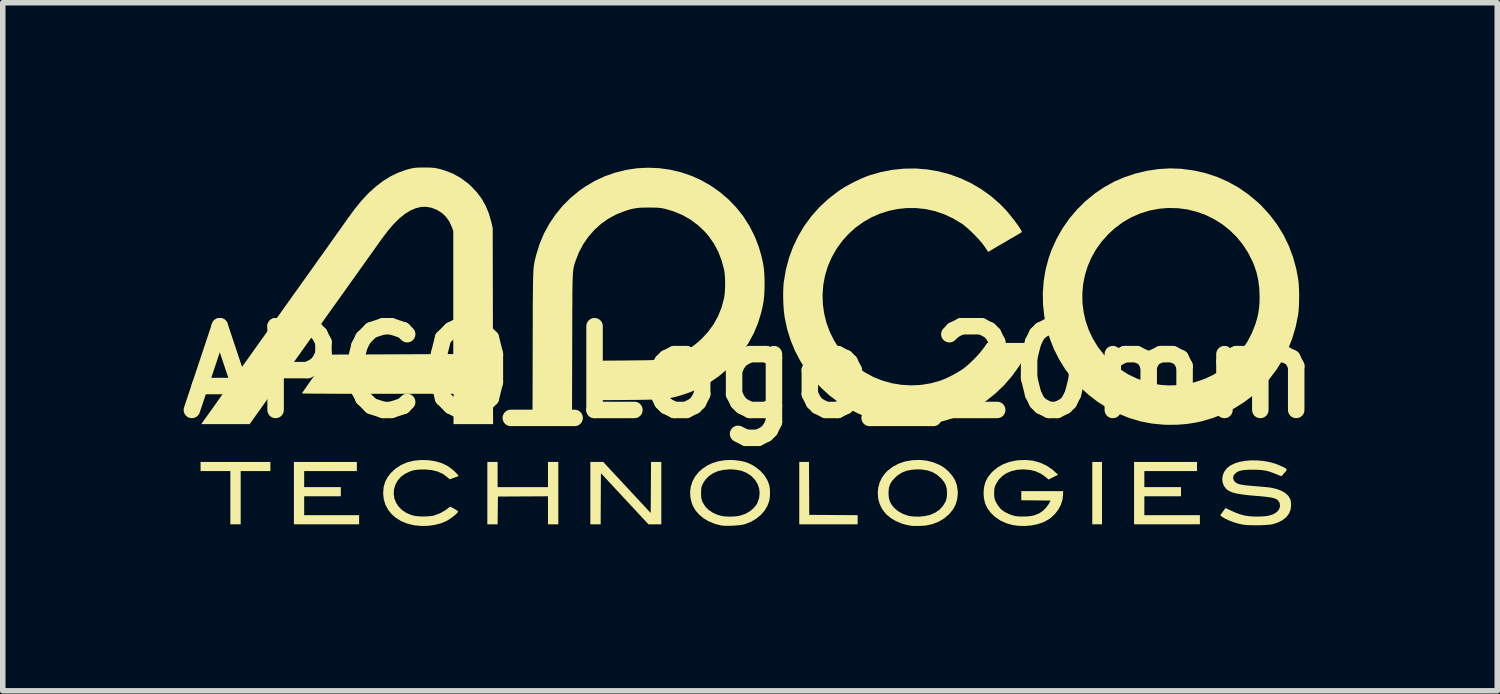
<source format=kicad_pcb>
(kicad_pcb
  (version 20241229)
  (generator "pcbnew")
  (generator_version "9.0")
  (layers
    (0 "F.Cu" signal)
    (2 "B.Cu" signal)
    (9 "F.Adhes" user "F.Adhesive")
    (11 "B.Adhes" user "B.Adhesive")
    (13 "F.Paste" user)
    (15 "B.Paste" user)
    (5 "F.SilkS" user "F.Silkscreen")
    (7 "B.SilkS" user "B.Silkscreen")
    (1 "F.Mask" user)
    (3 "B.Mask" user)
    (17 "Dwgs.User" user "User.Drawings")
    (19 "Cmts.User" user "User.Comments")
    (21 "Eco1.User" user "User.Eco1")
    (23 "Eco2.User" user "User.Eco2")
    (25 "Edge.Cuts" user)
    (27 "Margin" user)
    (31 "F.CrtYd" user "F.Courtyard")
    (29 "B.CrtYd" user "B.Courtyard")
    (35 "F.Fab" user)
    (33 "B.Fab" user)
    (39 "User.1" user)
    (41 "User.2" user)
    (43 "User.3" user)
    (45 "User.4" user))
  (footprint "APCO_Logo_20mm"
    (layer "F.Cu")
    (at 10.603 3.723)
    (property "Reference" "APCO_Logo_20mm" (at 0 0 0) (layer "F.SilkS") (effects (font (size 1.524 1.524) (thickness 0.3))))
    (attr board_only exclude_from_pos_files exclude_from_bom)
    (fp_poly (pts (xy 6.407 2.771) (xy 6.23 2.771) (xy 6.23 1.636) (xy 6.407 1.636)) (stroke (width 0) (type solid)) (fill yes) (layer "F.SilkS"))
    (fp_poly (pts (xy -8.731 1.802) (xy -9.272 1.802) (xy -9.272 2.771) (xy -9.46 2.771) (xy -9.46 1.802) (xy -10.002 1.802) (xy -10.002 1.636) (xy -8.731 1.636)) (stroke (width 0) (type solid)) (fill yes) (layer "F.SilkS"))
    (fp_poly (pts (xy 1.076 2.118) (xy 1.078 2.599) (xy 1.518 2.602) (xy 1.959 2.605) (xy 1.959 2.771) (xy 0.896 2.771) (xy 0.896 1.636) (xy 1.073 1.636)) (stroke (width 0) (type solid)) (fill yes) (layer "F.SilkS"))
    (fp_poly (pts (xy -7.157 1.802) (xy -8.116 1.802) (xy -8.116 2.094) (xy -7.449 2.094) (xy -7.449 2.261) (xy -8.116 2.261) (xy -8.116 2.605) (xy -7.116 2.605) (xy -7.116 2.771) (xy -8.303 2.771) (xy -8.303 1.636) (xy -7.157 1.636)) (stroke (width 0) (type solid)) (fill yes) (layer "F.SilkS"))
    (fp_poly (pts (xy 8.137 1.802) (xy 7.178 1.802) (xy 7.178 2.094) (xy 7.845 2.094) (xy 7.845 2.261) (xy 7.178 2.261) (xy 7.178 2.605) (xy 8.189 2.605) (xy 8.189 2.771) (xy 6.991 2.771) (xy 6.991 1.636) (xy 8.137 1.636)) (stroke (width 0) (type solid)) (fill yes) (layer "F.SilkS"))
    (fp_poly (pts (xy -4.595 2.094) (xy -3.678 2.094) (xy -3.678 1.636) (xy -3.49 1.636) (xy -3.49 2.771) (xy -3.678 2.771) (xy -3.678 2.261) (xy -4.589 2.266) (xy -4.592 2.519) (xy -4.595 2.771) (xy -4.782 2.771) (xy -4.782 1.636) (xy -4.595 1.636)) (stroke (width 0) (type solid)) (fill yes) (layer "F.SilkS"))
    (fp_poly (pts (xy -2.24 2.101) (xy -1.808 2.565) (xy -1.802 1.636) (xy -1.615 1.636) (xy -1.615 2.771) (xy -1.849 2.771) (xy -2.282 2.306) (xy -2.714 1.841) (xy -2.717 2.306) (xy -2.719 2.771) (xy -2.907 2.771) (xy -2.907 1.636) (xy -2.672 1.636)) (stroke (width 0) (type solid)) (fill yes) (layer "F.SilkS"))
    (fp_poly (pts (xy -5.847 1.605) (xy -5.724 1.624) (xy -5.614 1.657) (xy -5.516 1.703) (xy -5.426 1.766) (xy -5.377 1.809) (xy -5.338 1.849) (xy -5.315 1.876) (xy -5.308 1.891) (xy -5.31 1.893) (xy -5.325 1.901) (xy -5.354 1.912) (xy -5.391 1.925) (xy -5.395 1.927) (xy -5.467 1.952) (xy -5.517 1.908) (xy -5.598 1.85) (xy -5.692 1.809) (xy -5.799 1.783) (xy -5.92 1.773) (xy -5.984 1.774) (xy -6.047 1.777) (xy -6.096 1.783) (xy -6.137 1.791) (xy -6.176 1.803) (xy -6.182 1.806) (xy -6.276 1.849) (xy -6.354 1.905) (xy -6.413 1.972) (xy -6.456 2.05) (xy -6.48 2.133) (xy -6.486 2.221) (xy -6.473 2.305) (xy -6.441 2.383) (xy -6.393 2.453) (xy -6.33 2.515) (xy -6.253 2.565) (xy -6.163 2.602) (xy -6.11 2.616) (xy -6.054 2.624) (xy -5.985 2.628) (xy -5.912 2.628) (xy -5.841 2.624) (xy -5.779 2.617) (xy -5.752 2.611) (xy -5.647 2.572) (xy -5.549 2.517) (xy -5.513 2.491) (xy -5.459 2.448) (xy -5.387 2.487) (xy -5.352 2.507) (xy -5.327 2.524) (xy -5.314 2.536) (xy -5.314 2.537) (xy -5.322 2.554) (xy -5.344 2.579) (xy -5.378 2.609) (xy -5.418 2.641) (xy -5.463 2.672) (xy -5.507 2.7) (xy -5.537 2.717) (xy -5.635 2.756) (xy -5.746 2.783) (xy -5.864 2.799) (xy -5.985 2.801) (xy -6.104 2.79) (xy -6.128 2.786) (xy -6.246 2.756) (xy -6.352 2.712) (xy -6.446 2.654) (xy -6.525 2.585) (xy -6.589 2.505) (xy -6.637 2.415) (xy -6.667 2.317) (xy -6.678 2.212) (xy -6.678 2.204) (xy -6.67 2.098) (xy -6.644 2.003) (xy -6.6 1.917) (xy -6.538 1.836) (xy -6.536 1.834) (xy -6.447 1.753) (xy -6.346 1.688) (xy -6.234 1.641) (xy -6.113 1.612) (xy -5.981 1.6)) (stroke (width 0) (type solid)) (fill yes) (layer "F.SilkS"))
    (fp_poly (pts (xy 5.155 1.614) (xy 5.278 1.648) (xy 5.392 1.7) (xy 5.497 1.77) (xy 5.54 1.807) (xy 5.607 1.869) (xy 5.52 1.912) (xy 5.434 1.956) (xy 5.382 1.911) (xy 5.297 1.851) (xy 5.201 1.807) (xy 5.093 1.781) (xy 4.976 1.771) (xy 4.974 1.771) (xy 4.861 1.779) (xy 4.759 1.803) (xy 4.668 1.841) (xy 4.59 1.894) (xy 4.526 1.96) (xy 4.477 2.039) (xy 4.477 2.039) (xy 4.461 2.077) (xy 4.451 2.108) (xy 4.446 2.141) (xy 4.444 2.184) (xy 4.444 2.203) (xy 4.445 2.254) (xy 4.449 2.291) (xy 4.458 2.322) (xy 4.472 2.357) (xy 4.472 2.358) (xy 4.515 2.433) (xy 4.567 2.495) (xy 4.633 2.544) (xy 4.715 2.585) (xy 4.757 2.601) (xy 4.796 2.613) (xy 4.83 2.621) (xy 4.866 2.626) (xy 4.911 2.629) (xy 4.97 2.629) (xy 5.054 2.627) (xy 5.124 2.619) (xy 5.185 2.604) (xy 5.243 2.581) (xy 5.273 2.566) (xy 5.327 2.529) (xy 5.38 2.478) (xy 5.425 2.421) (xy 5.443 2.391) (xy 5.471 2.339) (xy 5.205 2.336) (xy 4.938 2.333) (xy 4.938 2.167) (xy 5.699 2.167) (xy 5.699 2.222) (xy 5.689 2.319) (xy 5.659 2.413) (xy 5.613 2.502) (xy 5.55 2.584) (xy 5.473 2.655) (xy 5.429 2.686) (xy 5.339 2.734) (xy 5.235 2.769) (xy 5.122 2.792) (xy 5.002 2.802) (xy 4.88 2.798) (xy 4.789 2.786) (xy 4.671 2.754) (xy 4.561 2.705) (xy 4.463 2.639) (xy 4.383 2.563) (xy 4.323 2.483) (xy 4.281 2.396) (xy 4.258 2.301) (xy 4.251 2.203) (xy 4.259 2.098) (xy 4.284 2.003) (xy 4.328 1.916) (xy 4.391 1.836) (xy 4.422 1.805) (xy 4.511 1.732) (xy 4.609 1.677) (xy 4.719 1.636) (xy 4.841 1.61) (xy 4.887 1.605) (xy 5.025 1.6)) (stroke (width 0) (type solid)) (fill yes) (layer "F.SilkS"))
    (fp_poly (pts (xy -0.264 1.605) (xy -0.174 1.617) (xy -0.097 1.634) (xy -0.029 1.658) (xy 0.039 1.691) (xy 0.094 1.725) (xy 0.184 1.794) (xy 0.258 1.874) (xy 0.314 1.965) (xy 0.348 2.052) (xy 0.359 2.107) (xy 0.364 2.173) (xy 0.363 2.244) (xy 0.356 2.311) (xy 0.349 2.349) (xy 0.314 2.44) (xy 0.262 2.526) (xy 0.194 2.603) (xy 0.111 2.67) (xy 0.018 2.725) (xy -0.085 2.766) (xy -0.125 2.777) (xy -0.167 2.784) (xy -0.223 2.79) (xy -0.288 2.795) (xy -0.356 2.798) (xy -0.42 2.799) (xy -0.477 2.797) (xy -0.519 2.793) (xy -0.523 2.793) (xy -0.64 2.763) (xy -0.748 2.719) (xy -0.844 2.663) (xy -0.926 2.595) (xy -0.993 2.518) (xy -1.043 2.431) (xy -1.061 2.383) (xy -1.086 2.278) (xy -1.089 2.203) (xy -0.891 2.203) (xy -0.89 2.254) (xy -0.887 2.291) (xy -0.881 2.321) (xy -0.87 2.351) (xy -0.861 2.372) (xy -0.816 2.445) (xy -0.755 2.508) (xy -0.679 2.559) (xy -0.591 2.599) (xy -0.508 2.621) (xy -0.446 2.629) (xy -0.373 2.631) (xy -0.297 2.629) (xy -0.226 2.622) (xy -0.168 2.61) (xy -0.082 2.579) (xy -0.004 2.535) (xy 0.062 2.48) (xy 0.114 2.418) (xy 0.135 2.381) (xy 0.165 2.294) (xy 0.175 2.206) (xy 0.166 2.12) (xy 0.138 2.038) (xy 0.092 1.963) (xy 0.029 1.897) (xy 0.009 1.881) (xy -0.067 1.833) (xy -0.149 1.799) (xy -0.242 1.779) (xy -0.347 1.771) (xy -0.369 1.771) (xy -0.481 1.78) (xy -0.583 1.803) (xy -0.673 1.842) (xy -0.751 1.895) (xy -0.814 1.961) (xy -0.857 2.03) (xy -0.873 2.064) (xy -0.883 2.092) (xy -0.888 2.121) (xy -0.89 2.157) (xy -0.891 2.203) (xy -1.089 2.203) (xy -1.091 2.177) (xy -1.077 2.08) (xy -1.047 1.988) (xy -1.001 1.903) (xy -0.94 1.826) (xy -0.866 1.759) (xy -0.779 1.701) (xy -0.682 1.655) (xy -0.574 1.623) (xy -0.459 1.604) (xy -0.336 1.6)) (stroke (width 0) (type solid)) (fill yes) (layer "F.SilkS"))
    (fp_poly (pts (xy 3.211 1.611) (xy 3.334 1.642) (xy 3.437 1.684) (xy 3.49 1.712) (xy 3.534 1.74) (xy 3.575 1.774) (xy 3.615 1.811) (xy 3.684 1.89) (xy 3.734 1.972) (xy 3.765 2.06) (xy 3.78 2.157) (xy 3.782 2.207) (xy 3.772 2.312) (xy 3.744 2.409) (xy 3.696 2.499) (xy 3.629 2.582) (xy 3.621 2.59) (xy 3.531 2.666) (xy 3.431 2.725) (xy 3.318 2.768) (xy 3.209 2.792) (xy 3.17 2.796) (xy 3.12 2.799) (xy 3.064 2.801) (xy 3.01 2.801) (xy 2.962 2.8) (xy 2.928 2.797) (xy 2.922 2.796) (xy 2.901 2.792) (xy 2.867 2.785) (xy 2.844 2.781) (xy 2.748 2.753) (xy 2.653 2.711) (xy 2.564 2.658) (xy 2.488 2.596) (xy 2.463 2.57) (xy 2.402 2.488) (xy 2.359 2.398) (xy 2.333 2.303) (xy 2.325 2.205) (xy 2.325 2.203) (xy 2.521 2.203) (xy 2.526 2.282) (xy 2.543 2.349) (xy 2.573 2.408) (xy 2.62 2.467) (xy 2.622 2.469) (xy 2.693 2.531) (xy 2.777 2.579) (xy 2.872 2.613) (xy 2.908 2.621) (xy 2.993 2.631) (xy 3.086 2.631) (xy 3.178 2.622) (xy 3.261 2.604) (xy 3.279 2.599) (xy 3.371 2.559) (xy 3.449 2.505) (xy 3.511 2.439) (xy 3.557 2.362) (xy 3.569 2.334) (xy 3.579 2.292) (xy 3.585 2.238) (xy 3.586 2.203) (xy 3.581 2.126) (xy 3.564 2.06) (xy 3.533 2.001) (xy 3.485 1.942) (xy 3.47 1.927) (xy 3.398 1.865) (xy 3.319 1.82) (xy 3.23 1.79) (xy 3.13 1.774) (xy 3.053 1.771) (xy 2.942 1.778) (xy 2.846 1.798) (xy 2.761 1.832) (xy 2.684 1.883) (xy 2.635 1.927) (xy 2.585 1.983) (xy 2.551 2.038) (xy 2.531 2.097) (xy 2.522 2.167) (xy 2.521 2.203) (xy 2.325 2.203) (xy 2.333 2.107) (xy 2.359 2.011) (xy 2.401 1.922) (xy 2.46 1.841) (xy 2.506 1.794) (xy 2.601 1.722) (xy 2.704 1.668) (xy 2.816 1.629) (xy 2.942 1.606) (xy 2.951 1.605) (xy 3.085 1.599)) (stroke (width 0) (type solid)) (fill yes) (layer "F.SilkS"))
    (fp_poly (pts (xy -5.86 -3.723) (xy -5.797 -3.721) (xy -5.742 -3.716) (xy -5.69 -3.707) (xy -5.635 -3.693) (xy -5.57 -3.674) (xy -5.558 -3.67) (xy -5.412 -3.614) (xy -5.275 -3.539) (xy -5.147 -3.445) (xy -5.077 -3.384) (xy -4.971 -3.271) (xy -4.883 -3.153) (xy -4.811 -3.025) (xy -4.754 -2.887) (xy -4.71 -2.734) (xy -4.707 -2.722) (xy -4.684 -2.62) (xy -4.677 0.948) (xy -5.397 0.948) (xy -5.397 0.396) (xy -6.777 0.396) (xy -6.945 0.396) (xy -7.107 0.396) (xy -7.262 0.395) (xy -7.408 0.395) (xy -7.545 0.395) (xy -7.672 0.394) (xy -7.786 0.393) (xy -7.888 0.393) (xy -7.975 0.392) (xy -8.046 0.391) (xy -8.101 0.39) (xy -8.138 0.389) (xy -8.156 0.388) (xy -8.157 0.388) (xy -8.151 0.378) (xy -8.134 0.353) (xy -8.108 0.315) (xy -8.073 0.265) (xy -8.032 0.205) (xy -7.984 0.138) (xy -7.932 0.065) (xy -7.909 0.031) (xy -7.661 -0.318) (xy -6.531 -0.323) (xy -5.402 -0.328) (xy -5.402 -2.568) (xy -5.429 -2.642) (xy -5.474 -2.741) (xy -5.533 -2.825) (xy -5.606 -2.894) (xy -5.695 -2.95) (xy -5.701 -2.953) (xy -5.796 -2.991) (xy -5.891 -3.008) (xy -5.987 -3.006) (xy -6.084 -2.983) (xy -6.183 -2.941) (xy -6.284 -2.878) (xy -6.386 -2.795) (xy -6.49 -2.691) (xy -6.596 -2.567) (xy -6.705 -2.423) (xy -6.71 -2.416) (xy -6.724 -2.396) (xy -6.749 -2.361) (xy -6.785 -2.31) (xy -6.831 -2.245) (xy -6.887 -2.167) (xy -6.952 -2.076) (xy -7.025 -1.973) (xy -7.106 -1.86) (xy -7.193 -1.737) (xy -7.288 -1.605) (xy -7.387 -1.465) (xy -7.492 -1.318) (xy -7.602 -1.165) (xy -7.715 -1.006) (xy -7.831 -0.843) (xy -7.948 -0.68) (xy -9.109 0.948) (xy -9.99 0.948) (xy -9.706 0.55) (xy -9.668 0.496) (xy -9.619 0.427) (xy -9.559 0.343) (xy -9.49 0.246) (xy -9.413 0.137) (xy -9.327 0.018) (xy -9.235 -0.112) (xy -9.137 -0.249) (xy -9.034 -0.394) (xy -8.927 -0.544) (xy -8.816 -0.699) (xy -8.703 -0.857) (xy -8.589 -1.018) (xy -8.474 -1.179) (xy -8.412 -1.266) (xy -8.301 -1.422) (xy -8.192 -1.574) (xy -8.087 -1.722) (xy -7.985 -1.864) (xy -7.888 -2.001) (xy -7.796 -2.13) (xy -7.71 -2.25) (xy -7.631 -2.362) (xy -7.559 -2.463) (xy -7.495 -2.553) (xy -7.44 -2.63) (xy -7.394 -2.695) (xy -7.358 -2.745) (xy -7.333 -2.781) (xy -7.321 -2.798) (xy -7.193 -2.973) (xy -7.066 -3.127) (xy -6.94 -3.262) (xy -6.811 -3.378) (xy -6.681 -3.478) (xy -6.547 -3.561) (xy -6.409 -3.628) (xy -6.266 -3.68) (xy -6.209 -3.696) (xy -6.168 -3.706) (xy -6.13 -3.714) (xy -6.092 -3.719) (xy -6.046 -3.722) (xy -5.989 -3.723) (xy -5.938 -3.723)) (stroke (width 0) (type solid)) (fill yes) (layer "F.SilkS"))
    (fp_poly (pts (xy 9.232 1.608) (xy 9.345 1.618) (xy 9.456 1.638) (xy 9.563 1.668) (xy 9.662 1.708) (xy 9.663 1.708) (xy 9.714 1.732) (xy 9.747 1.75) (xy 9.765 1.765) (xy 9.769 1.78) (xy 9.761 1.798) (xy 9.741 1.821) (xy 9.727 1.836) (xy 9.673 1.896) (xy 9.583 1.86) (xy 9.507 1.83) (xy 9.441 1.808) (xy 9.38 1.793) (xy 9.317 1.784) (xy 9.246 1.779) (xy 9.16 1.777) (xy 9.158 1.777) (xy 9.07 1.778) (xy 9 1.783) (xy 8.944 1.791) (xy 8.899 1.804) (xy 8.862 1.823) (xy 8.83 1.848) (xy 8.828 1.85) (xy 8.801 1.887) (xy 8.793 1.928) (xy 8.805 1.968) (xy 8.815 1.984) (xy 8.833 2.003) (xy 8.854 2.019) (xy 8.882 2.033) (xy 8.918 2.044) (xy 8.965 2.053) (xy 9.025 2.062) (xy 9.101 2.069) (xy 9.195 2.077) (xy 9.212 2.078) (xy 9.281 2.084) (xy 9.347 2.09) (xy 9.406 2.095) (xy 9.453 2.101) (xy 9.485 2.105) (xy 9.486 2.105) (xy 9.589 2.129) (xy 9.676 2.162) (xy 9.746 2.204) (xy 9.799 2.253) (xy 9.832 2.31) (xy 9.836 2.319) (xy 9.843 2.352) (xy 9.848 2.395) (xy 9.849 2.427) (xy 9.839 2.507) (xy 9.81 2.578) (xy 9.763 2.64) (xy 9.697 2.693) (xy 9.612 2.737) (xy 9.526 2.767) (xy 9.487 2.774) (xy 9.431 2.78) (xy 9.364 2.785) (xy 9.289 2.788) (xy 9.211 2.789) (xy 9.135 2.788) (xy 9.064 2.786) (xy 9.004 2.781) (xy 8.965 2.776) (xy 8.882 2.757) (xy 8.799 2.732) (xy 8.721 2.702) (xy 8.652 2.67) (xy 8.598 2.637) (xy 8.585 2.628) (xy 8.559 2.607) (xy 8.588 2.567) (xy 8.61 2.536) (xy 8.631 2.508) (xy 8.636 2.501) (xy 8.656 2.475) (xy 8.758 2.523) (xy 8.851 2.564) (xy 8.933 2.593) (xy 9.013 2.613) (xy 9.097 2.625) (xy 9.191 2.63) (xy 9.231 2.63) (xy 9.323 2.628) (xy 9.398 2.622) (xy 9.461 2.609) (xy 9.516 2.591) (xy 9.549 2.575) (xy 9.599 2.539) (xy 9.632 2.495) (xy 9.647 2.447) (xy 9.644 2.396) (xy 9.632 2.366) (xy 9.616 2.342) (xy 9.594 2.322) (xy 9.563 2.306) (xy 9.522 2.292) (xy 9.468 2.281) (xy 9.399 2.271) (xy 9.313 2.262) (xy 9.238 2.256) (xy 9.115 2.246) (xy 9.012 2.235) (xy 8.926 2.223) (xy 8.854 2.21) (xy 8.796 2.195) (xy 8.748 2.178) (xy 8.709 2.158) (xy 8.677 2.135) (xy 8.662 2.12) (xy 8.623 2.066) (xy 8.601 2.004) (xy 8.596 1.938) (xy 8.608 1.871) (xy 8.637 1.807) (xy 8.682 1.749) (xy 8.686 1.745) (xy 8.747 1.699) (xy 8.824 1.662) (xy 8.913 1.634) (xy 9.014 1.616) (xy 9.121 1.607)) (stroke (width 0) (type solid)) (fill yes) (layer "F.SilkS"))
    (fp_poly (pts (xy 7.845 -3.701) (xy 7.861 -3.699) (xy 8.083 -3.669) (xy 8.298 -3.62) (xy 8.505 -3.551) (xy 8.704 -3.463) (xy 8.894 -3.357) (xy 9.073 -3.233) (xy 9.243 -3.091) (xy 9.32 -3.017) (xy 9.468 -2.853) (xy 9.599 -2.679) (xy 9.713 -2.493) (xy 9.808 -2.298) (xy 9.885 -2.092) (xy 9.944 -1.876) (xy 9.977 -1.698) (xy 9.987 -1.618) (xy 9.993 -1.523) (xy 9.996 -1.419) (xy 9.995 -1.312) (xy 9.992 -1.209) (xy 9.986 -1.114) (xy 9.977 -1.042) (xy 9.933 -0.824) (xy 9.871 -0.615) (xy 9.792 -0.414) (xy 9.696 -0.224) (xy 9.583 -0.044) (xy 9.456 0.124) (xy 9.314 0.28) (xy 9.159 0.422) (xy 8.992 0.549) (xy 8.812 0.662) (xy 8.622 0.758) (xy 8.422 0.837) (xy 8.212 0.898) (xy 8.127 0.917) (xy 7.959 0.944) (xy 7.786 0.958) (xy 7.603 0.96) (xy 7.517 0.957) (xy 7.307 0.936) (xy 7.099 0.895) (xy 6.897 0.834) (xy 6.7 0.755) (xy 6.511 0.658) (xy 6.33 0.543) (xy 6.16 0.412) (xy 6 0.265) (xy 5.87 0.122) (xy 5.739 -0.049) (xy 5.627 -0.23) (xy 5.531 -0.42) (xy 5.454 -0.617) (xy 5.395 -0.82) (xy 5.355 -1.027) (xy 5.333 -1.237) (xy 5.33 -1.425) (xy 6.049 -1.425) (xy 6.052 -1.256) (xy 6.073 -1.089) (xy 6.111 -0.924) (xy 6.167 -0.763) (xy 6.241 -0.608) (xy 6.331 -0.459) (xy 6.44 -0.319) (xy 6.565 -0.189) (xy 6.597 -0.16) (xy 6.734 -0.052) (xy 6.884 0.042) (xy 7.045 0.119) (xy 7.211 0.179) (xy 7.332 0.21) (xy 7.482 0.234) (xy 7.629 0.243) (xy 7.78 0.238) (xy 7.939 0.219) (xy 8.112 0.18) (xy 8.278 0.123) (xy 8.436 0.048) (xy 8.584 -0.044) (xy 8.721 -0.152) (xy 8.847 -0.274) (xy 8.959 -0.41) (xy 9.057 -0.559) (xy 9.139 -0.718) (xy 9.2 -0.874) (xy 9.23 -0.975) (xy 9.252 -1.069) (xy 9.266 -1.163) (xy 9.274 -1.264) (xy 9.276 -1.375) (xy 9.27 -1.529) (xy 9.252 -1.67) (xy 9.222 -1.806) (xy 9.177 -1.941) (xy 9.147 -2.013) (xy 9.066 -2.174) (xy 8.969 -2.323) (xy 8.858 -2.459) (xy 8.733 -2.582) (xy 8.597 -2.69) (xy 8.45 -2.782) (xy 8.295 -2.859) (xy 8.132 -2.918) (xy 7.963 -2.96) (xy 7.789 -2.983) (xy 7.612 -2.987) (xy 7.457 -2.975) (xy 7.276 -2.941) (xy 7.103 -2.888) (xy 6.94 -2.817) (xy 6.785 -2.727) (xy 6.639 -2.618) (xy 6.522 -2.511) (xy 6.401 -2.376) (xy 6.298 -2.232) (xy 6.212 -2.08) (xy 6.145 -1.922) (xy 6.095 -1.759) (xy 6.063 -1.593) (xy 6.049 -1.425) (xy 5.33 -1.425) (xy 5.33 -1.449) (xy 5.346 -1.66) (xy 5.381 -1.87) (xy 5.437 -2.076) (xy 5.487 -2.219) (xy 5.578 -2.421) (xy 5.686 -2.612) (xy 5.811 -2.792) (xy 5.952 -2.959) (xy 6.108 -3.113) (xy 6.278 -3.252) (xy 6.449 -3.368) (xy 6.629 -3.467) (xy 6.82 -3.549) (xy 7.019 -3.615) (xy 7.224 -3.664) (xy 7.432 -3.695) (xy 7.64 -3.708)) (stroke (width 0) (type solid)) (fill yes) (layer "F.SilkS"))
    (fp_poly (pts (xy 3.226 -3.689) (xy 3.434 -3.653) (xy 3.639 -3.599) (xy 3.837 -3.526) (xy 4.029 -3.436) (xy 4.213 -3.327) (xy 4.387 -3.202) (xy 4.551 -3.059) (xy 4.619 -2.99) (xy 4.661 -2.945) (xy 4.705 -2.894) (xy 4.75 -2.838) (xy 4.795 -2.782) (xy 4.837 -2.726) (xy 4.875 -2.674) (xy 4.907 -2.628) (xy 4.931 -2.59) (xy 4.945 -2.562) (xy 4.948 -2.548) (xy 4.947 -2.548) (xy 4.938 -2.541) (xy 4.912 -2.526) (xy 4.873 -2.503) (xy 4.823 -2.473) (xy 4.763 -2.439) (xy 4.697 -2.4) (xy 4.672 -2.385) (xy 4.603 -2.345) (xy 4.537 -2.307) (xy 4.479 -2.272) (xy 4.43 -2.244) (xy 4.394 -2.222) (xy 4.372 -2.209) (xy 4.369 -2.207) (xy 4.336 -2.187) (xy 4.27 -2.284) (xy 4.224 -2.346) (xy 4.165 -2.415) (xy 4.097 -2.487) (xy 4.026 -2.558) (xy 3.954 -2.623) (xy 3.888 -2.678) (xy 3.85 -2.705) (xy 3.693 -2.799) (xy 3.531 -2.874) (xy 3.365 -2.93) (xy 3.197 -2.967) (xy 3.027 -2.985) (xy 2.858 -2.986) (xy 2.691 -2.969) (xy 2.526 -2.935) (xy 2.366 -2.884) (xy 2.212 -2.817) (xy 2.065 -2.733) (xy 1.926 -2.634) (xy 1.798 -2.519) (xy 1.681 -2.39) (xy 1.576 -2.245) (xy 1.487 -2.088) (xy 1.416 -1.924) (xy 1.365 -1.755) (xy 1.333 -1.582) (xy 1.32 -1.408) (xy 1.326 -1.233) (xy 1.351 -1.059) (xy 1.394 -0.889) (xy 1.456 -0.723) (xy 1.536 -0.564) (xy 1.634 -0.414) (xy 1.644 -0.401) (xy 1.724 -0.305) (xy 1.818 -0.209) (xy 1.922 -0.117) (xy 2.029 -0.036) (xy 2.1 0.011) (xy 2.253 0.093) (xy 2.415 0.157) (xy 2.584 0.204) (xy 2.758 0.232) (xy 2.934 0.242) (xy 3.11 0.234) (xy 3.283 0.206) (xy 3.452 0.16) (xy 3.469 0.154) (xy 3.557 0.119) (xy 3.653 0.073) (xy 3.749 0.022) (xy 3.838 -0.032) (xy 3.873 -0.055) (xy 3.942 -0.109) (xy 4.017 -0.176) (xy 4.092 -0.25) (xy 4.163 -0.326) (xy 4.224 -0.4) (xy 4.251 -0.435) (xy 4.318 -0.531) (xy 4.716 -0.531) (xy 4.818 -0.531) (xy 4.901 -0.531) (xy 4.966 -0.531) (xy 5.017 -0.53) (xy 5.054 -0.529) (xy 5.08 -0.527) (xy 5.097 -0.525) (xy 5.106 -0.522) (xy 5.109 -0.518) (xy 5.109 -0.513) (xy 5.109 -0.513) (xy 5.096 -0.482) (xy 5.075 -0.437) (xy 5.049 -0.382) (xy 5.018 -0.322) (xy 4.986 -0.261) (xy 4.954 -0.202) (xy 4.925 -0.15) (xy 4.9 -0.11) (xy 4.897 -0.104) (xy 4.767 0.075) (xy 4.623 0.241) (xy 4.466 0.391) (xy 4.298 0.525) (xy 4.119 0.643) (xy 3.93 0.743) (xy 3.733 0.826) (xy 3.528 0.889) (xy 3.438 0.911) (xy 3.238 0.944) (xy 3.032 0.96) (xy 2.816 0.958) (xy 2.792 0.957) (xy 2.579 0.936) (xy 2.371 0.895) (xy 2.17 0.835) (xy 1.976 0.758) (xy 1.791 0.664) (xy 1.616 0.554) (xy 1.451 0.43) (xy 1.298 0.291) (xy 1.157 0.14) (xy 1.03 -0.024) (xy 0.917 -0.199) (xy 0.82 -0.384) (xy 0.739 -0.579) (xy 0.676 -0.782) (xy 0.631 -0.993) (xy 0.625 -1.034) (xy 0.615 -1.121) (xy 0.608 -1.22) (xy 0.604 -1.326) (xy 0.603 -1.432) (xy 0.606 -1.532) (xy 0.612 -1.619) (xy 0.615 -1.642) (xy 0.652 -1.862) (xy 0.708 -2.074) (xy 0.783 -2.279) (xy 0.877 -2.474) (xy 0.987 -2.66) (xy 1.115 -2.834) (xy 1.259 -2.997) (xy 1.419 -3.147) (xy 1.594 -3.283) (xy 1.657 -3.326) (xy 1.736 -3.375) (xy 1.828 -3.426) (xy 1.926 -3.476) (xy 2.024 -3.522) (xy 2.116 -3.56) (xy 2.162 -3.577) (xy 2.374 -3.639) (xy 2.587 -3.681) (xy 2.801 -3.703) (xy 3.014 -3.706)) (stroke (width 0) (type solid)) (fill yes) (layer "F.SilkS"))
    (fp_poly (pts (xy -1.655 -3.712) (xy -1.454 -3.684) (xy -1.256 -3.637) (xy -1.063 -3.571) (xy -0.903 -3.499) (xy -0.72 -3.397) (xy -0.55 -3.278) (xy -0.393 -3.144) (xy -0.251 -2.997) (xy -0.124 -2.837) (xy -0.014 -2.665) (xy 0.08 -2.482) (xy 0.156 -2.289) (xy 0.203 -2.131) (xy 0.225 -2.039) (xy 0.242 -1.955) (xy 0.253 -1.874) (xy 0.26 -1.79) (xy 0.264 -1.696) (xy 0.265 -1.594) (xy 0.263 -1.489) (xy 0.258 -1.398) (xy 0.25 -1.314) (xy 0.237 -1.232) (xy 0.218 -1.144) (xy 0.203 -1.08) (xy 0.144 -0.888) (xy 0.066 -0.702) (xy -0.03 -0.525) (xy -0.141 -0.358) (xy -0.268 -0.202) (xy -0.409 -0.059) (xy -0.562 0.071) (xy -0.727 0.186) (xy -0.902 0.284) (xy -1.086 0.365) (xy -1.186 0.4) (xy -1.249 0.42) (xy -1.306 0.437) (xy -1.36 0.452) (xy -1.412 0.464) (xy -1.465 0.475) (xy -1.521 0.483) (xy -1.581 0.489) (xy -1.649 0.495) (xy -1.727 0.499) (xy -1.815 0.502) (xy -1.917 0.504) (xy -2.035 0.506) (xy -2.171 0.507) (xy -2.227 0.508) (xy -2.803 0.512) (xy -2.803 -0.207) (xy -2.243 -0.211) (xy -2.111 -0.213) (xy -1.998 -0.214) (xy -1.902 -0.215) (xy -1.821 -0.217) (xy -1.752 -0.22) (xy -1.694 -0.223) (xy -1.644 -0.227) (xy -1.601 -0.233) (xy -1.562 -0.239) (xy -1.526 -0.248) (xy -1.49 -0.257) (xy -1.452 -0.269) (xy -1.412 -0.282) (xy -1.265 -0.34) (xy -1.13 -0.411) (xy -1.004 -0.498) (xy -0.883 -0.603) (xy -0.88 -0.606) (xy -0.763 -0.733) (xy -0.663 -0.87) (xy -0.582 -1.017) (xy -0.519 -1.174) (xy -0.474 -1.341) (xy -0.472 -1.352) (xy -0.462 -1.419) (xy -0.456 -1.499) (xy -0.453 -1.586) (xy -0.454 -1.675) (xy -0.459 -1.758) (xy -0.466 -1.83) (xy -0.472 -1.864) (xy -0.518 -2.035) (xy -0.58 -2.194) (xy -0.659 -2.341) (xy -0.755 -2.477) (xy -0.824 -2.557) (xy -0.948 -2.675) (xy -1.084 -2.775) (xy -1.231 -2.859) (xy -1.391 -2.925) (xy -1.529 -2.967) (xy -1.572 -2.977) (xy -1.609 -2.984) (xy -1.646 -2.989) (xy -1.687 -2.992) (xy -1.737 -2.994) (xy -1.801 -2.995) (xy -1.834 -2.995) (xy -1.922 -2.994) (xy -1.994 -2.992) (xy -2.057 -2.986) (xy -2.114 -2.977) (xy -2.173 -2.964) (xy -2.237 -2.945) (xy -2.28 -2.931) (xy -2.434 -2.871) (xy -2.579 -2.792) (xy -2.713 -2.697) (xy -2.835 -2.586) (xy -2.944 -2.462) (xy -3.038 -2.325) (xy -3.116 -2.177) (xy -3.171 -2.037) (xy -3.18 -2.01) (xy -3.188 -1.987) (xy -3.195 -1.965) (xy -3.201 -1.943) (xy -3.207 -1.921) (xy -3.212 -1.897) (xy -3.216 -1.869) (xy -3.22 -1.837) (xy -3.223 -1.801) (xy -3.226 -1.757) (xy -3.228 -1.706) (xy -3.23 -1.646) (xy -3.231 -1.576) (xy -3.233 -1.495) (xy -3.234 -1.402) (xy -3.234 -1.295) (xy -3.235 -1.174) (xy -3.236 -1.037) (xy -3.236 -0.883) (xy -3.236 -0.712) (xy -3.237 -0.521) (xy -3.237 -0.419) (xy -3.241 0.958) (xy -3.96 0.958) (xy -3.956 -0.44) (xy -3.956 -0.642) (xy -3.955 -0.825) (xy -3.955 -0.989) (xy -3.955 -1.136) (xy -3.954 -1.266) (xy -3.953 -1.382) (xy -3.952 -1.484) (xy -3.951 -1.573) (xy -3.95 -1.651) (xy -3.948 -1.718) (xy -3.946 -1.777) (xy -3.944 -1.827) (xy -3.941 -1.871) (xy -3.938 -1.909) (xy -3.934 -1.943) (xy -3.929 -1.973) (xy -3.924 -2.002) (xy -3.918 -2.029) (xy -3.911 -2.057) (xy -3.904 -2.086) (xy -3.896 -2.118) (xy -3.89 -2.141) (xy -3.83 -2.334) (xy -3.752 -2.52) (xy -3.655 -2.698) (xy -3.541 -2.867) (xy -3.412 -3.025) (xy -3.267 -3.17) (xy -3.108 -3.301) (xy -3.006 -3.373) (xy -2.829 -3.478) (xy -2.645 -3.564) (xy -2.453 -3.631) (xy -2.257 -3.68) (xy -2.058 -3.71) (xy -1.856 -3.72)) (stroke (width 0) (type solid)) (fill yes) (layer "F.SilkS")))
  (gr_rect
    (start -3 -3)
    (end 24.205 9.525)
    (stroke (width 0.1) (type default))
    (fill no)
    (layer "Edge.Cuts")))
</source>
